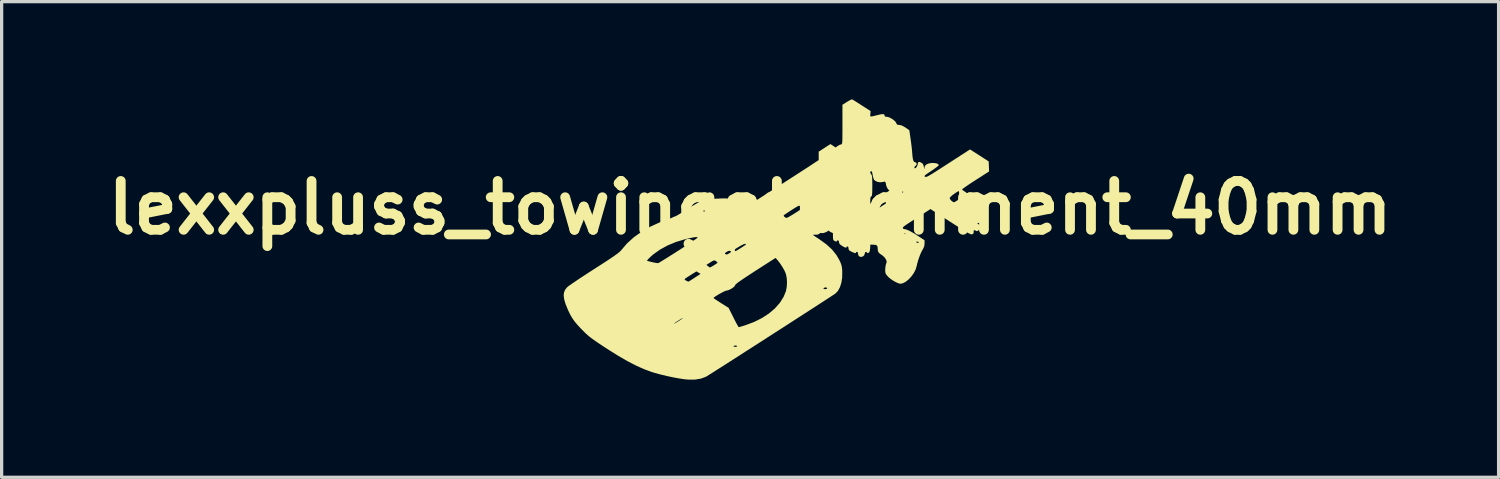
<source format=kicad_pcb>
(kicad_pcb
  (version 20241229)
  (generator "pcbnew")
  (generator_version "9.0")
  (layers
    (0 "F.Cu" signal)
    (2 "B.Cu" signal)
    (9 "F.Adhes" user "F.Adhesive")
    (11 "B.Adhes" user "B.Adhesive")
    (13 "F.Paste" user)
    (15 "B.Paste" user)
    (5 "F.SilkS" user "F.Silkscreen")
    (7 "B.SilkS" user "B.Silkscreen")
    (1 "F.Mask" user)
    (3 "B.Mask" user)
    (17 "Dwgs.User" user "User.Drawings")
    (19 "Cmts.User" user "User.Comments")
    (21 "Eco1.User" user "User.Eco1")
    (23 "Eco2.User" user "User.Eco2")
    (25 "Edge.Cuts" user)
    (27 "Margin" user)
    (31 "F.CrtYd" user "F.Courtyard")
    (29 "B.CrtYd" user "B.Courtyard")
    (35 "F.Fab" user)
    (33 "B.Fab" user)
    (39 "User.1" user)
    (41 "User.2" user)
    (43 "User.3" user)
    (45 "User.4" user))
  (footprint "lexxpluss_towingattachment_40mm"
    (layer "F.Cu")
    (at 19.979 3.327)
    (property "Reference" "lexxpluss_towingattachment_40mm" (at 0 0 0) (layer "F.SilkS") (effects (font (size 1.5 1.5) (thickness 0.3))))
    (attr board_only exclude_from_pos_files exclude_from_bom)
    (fp_poly (pts (xy 3.134 -3.326) (xy 3.158 -3.312) (xy 3.212 -3.279) (xy 3.286 -3.232) (xy 3.376 -3.174) (xy 3.427 -3.141) (xy 3.698 -2.967) (xy 3.691 -2.879) (xy 3.688 -2.84) (xy 3.689 -2.814) (xy 3.701 -2.802) (xy 3.73 -2.802) (xy 3.785 -2.813) (xy 3.87 -2.834) (xy 3.92 -2.846) (xy 4.015 -2.868) (xy 4.077 -2.874) (xy 4.112 -2.867) (xy 4.125 -2.844) (xy 4.126 -2.834) (xy 4.135 -2.804) (xy 4.168 -2.793) (xy 4.194 -2.792) (xy 4.256 -2.779) (xy 4.33 -2.744) (xy 4.401 -2.697) (xy 4.458 -2.645) (xy 4.488 -2.597) (xy 4.488 -2.595) (xy 4.505 -2.559) (xy 4.538 -2.544) (xy 4.575 -2.542) (xy 4.645 -2.529) (xy 4.729 -2.486) (xy 4.768 -2.461) (xy 4.887 -2.38) (xy 4.926 -2.112) (xy 4.942 -1.997) (xy 4.956 -1.885) (xy 4.967 -1.787) (xy 4.973 -1.719) (xy 4.983 -1.591) (xy 4.996 -1.499) (xy 5.013 -1.44) (xy 5.036 -1.408) (xy 5.057 -1.4) (xy 5.102 -1.379) (xy 5.117 -1.342) (xy 5.097 -1.304) (xy 5.086 -1.295) (xy 5.054 -1.263) (xy 5.042 -1.23) (xy 5.053 -1.21) (xy 5.062 -1.209) (xy 5.091 -1.226) (xy 5.121 -1.268) (xy 5.142 -1.319) (xy 5.147 -1.347) (xy 5.157 -1.394) (xy 5.189 -1.407) (xy 5.246 -1.388) (xy 5.25 -1.386) (xy 5.288 -1.361) (xy 5.313 -1.327) (xy 5.33 -1.273) (xy 5.341 -1.209) (xy 5.347 -1.181) (xy 5.35 -1.192) (xy 5.352 -1.224) (xy 5.364 -1.28) (xy 5.403 -1.321) (xy 5.423 -1.334) (xy 5.485 -1.359) (xy 5.56 -1.372) (xy 5.639 -1.373) (xy 5.711 -1.364) (xy 5.765 -1.345) (xy 5.791 -1.316) (xy 5.792 -1.308) (xy 5.775 -1.287) (xy 5.73 -1.249) (xy 5.662 -1.199) (xy 5.579 -1.141) (xy 5.558 -1.127) (xy 5.465 -1.065) (xy 5.402 -1.021) (xy 5.366 -0.991) (xy 5.353 -0.972) (xy 5.357 -0.96) (xy 5.37 -0.952) (xy 5.382 -0.948) (xy 5.395 -0.946) (xy 5.412 -0.948) (xy 5.436 -0.957) (xy 5.47 -0.973) (xy 5.517 -1) (xy 5.58 -1.037) (xy 5.662 -1.088) (xy 5.766 -1.154) (xy 5.895 -1.237) (xy 6.053 -1.339) (xy 6.241 -1.46) (xy 6.308 -1.504) (xy 6.751 -1.79) (xy 7.038 -1.606) (xy 7.324 -1.421) (xy 7.33 -1.267) (xy 7.336 -1.113) (xy 6.918 -0.845) (xy 6.801 -0.77) (xy 6.697 -0.701) (xy 6.611 -0.641) (xy 6.548 -0.596) (xy 6.512 -0.566) (xy 6.506 -0.558) (xy 6.525 -0.541) (xy 6.573 -0.506) (xy 6.647 -0.455) (xy 6.739 -0.393) (xy 6.846 -0.324) (xy 6.877 -0.304) (xy 7.241 -0.069) (xy 7.247 0.061) (xy 7.245 0.163) (xy 7.223 0.236) (xy 7.177 0.291) (xy 7.127 0.326) (xy 7.078 0.369) (xy 7.064 0.408) (xy 7.046 0.451) (xy 7.017 0.466) (xy 6.97 0.478) (xy 7.017 0.511) (xy 7.057 0.561) (xy 7.063 0.62) (xy 7.035 0.676) (xy 7.009 0.698) (xy 6.963 0.72) (xy 6.933 0.711) (xy 6.932 0.71) (xy 6.894 0.687) (xy 6.867 0.696) (xy 6.862 0.733) (xy 6.863 0.736) (xy 6.862 0.78) (xy 6.828 0.811) (xy 6.826 0.812) (xy 6.811 0.817) (xy 6.792 0.818) (xy 6.766 0.811) (xy 6.729 0.794) (xy 6.677 0.766) (xy 6.607 0.725) (xy 6.515 0.668) (xy 6.397 0.594) (xy 6.25 0.5) (xy 6.156 0.44) (xy 5.536 0.041) (xy 5.482 0.077) (xy 5.447 0.099) (xy 5.384 0.14) (xy 5.3 0.194) (xy 5.201 0.258) (xy 5.105 0.319) (xy 4.962 0.411) (xy 4.851 0.483) (xy 4.769 0.538) (xy 4.716 0.579) (xy 4.687 0.608) (xy 4.68 0.628) (xy 4.694 0.642) (xy 4.725 0.653) (xy 4.77 0.664) (xy 4.794 0.669) (xy 4.849 0.69) (xy 4.93 0.73) (xy 5.026 0.785) (xy 5.12 0.845) (xy 5.355 0.999) (xy 5.355 1.097) (xy 5.345 1.183) (xy 5.309 1.265) (xy 5.294 1.29) (xy 5.25 1.372) (xy 5.205 1.48) (xy 5.163 1.599) (xy 5.13 1.713) (xy 5.115 1.78) (xy 5.083 1.892) (xy 5.026 2.005) (xy 4.95 2.111) (xy 4.863 2.204) (xy 4.771 2.277) (xy 4.679 2.322) (xy 4.612 2.334) (xy 4.554 2.321) (xy 4.477 2.287) (xy 4.391 2.239) (xy 4.309 2.183) (xy 4.242 2.125) (xy 4.232 2.115) (xy 4.184 2.059) (xy 4.158 2.015) (xy 4.149 1.965) (xy 4.147 1.902) (xy 4.153 1.823) (xy 4.165 1.751) (xy 4.176 1.719) (xy 4.191 1.672) (xy 4.187 1.63) (xy 4.165 1.58) (xy 4.121 1.518) (xy 4.062 1.465) (xy 4.053 1.459) (xy 3.981 1.41) (xy 3.94 1.368) (xy 3.921 1.32) (xy 3.917 1.26) (xy 3.912 1.195) (xy 3.891 1.158) (xy 3.844 1.14) (xy 3.778 1.135) (xy 3.69 1.132) (xy 3.684 1.246) (xy 3.675 1.321) (xy 3.658 1.365) (xy 3.639 1.383) (xy 3.605 1.396) (xy 3.59 1.38) (xy 3.567 1.355) (xy 3.54 1.361) (xy 3.522 1.393) (xy 3.521 1.406) (xy 3.502 1.461) (xy 3.468 1.492) (xy 3.408 1.513) (xy 3.355 1.498) (xy 3.32 1.455) (xy 3.313 1.413) (xy 3.303 1.366) (xy 3.282 1.354) (xy 3.254 1.366) (xy 3.251 1.375) (xy 3.242 1.393) (xy 3.211 1.391) (xy 3.153 1.37) (xy 3.115 1.352) (xy 3.057 1.321) (xy 3.029 1.292) (xy 3.021 1.254) (xy 3.021 1.248) (xy 3.012 1.2) (xy 2.99 1.188) (xy 2.962 1.199) (xy 2.959 1.209) (xy 2.95 1.227) (xy 2.919 1.222) (xy 2.862 1.195) (xy 2.824 1.172) (xy 2.766 1.132) (xy 2.737 1.097) (xy 2.73 1.058) (xy 2.726 1.045) (xy 5.095 1.045) (xy 5.096 1.056) (xy 5.105 1.063) (xy 5.147 1.082) (xy 5.173 1.07) (xy 5.178 1.063) (xy 5.17 1.048) (xy 5.132 1.042) (xy 5.095 1.045) (xy 2.726 1.045) (xy 2.719 1.016) (xy 2.695 0.999) (xy 2.67 1.011) (xy 2.662 1.026) (xy 2.647 1.041) (xy 2.613 1.031) (xy 2.598 1.023) (xy 2.572 1.007) (xy 2.555 0.987) (xy 2.547 0.955) (xy 2.543 0.9) (xy 2.542 0.813) (xy 2.542 0.806) (xy 4.722 0.806) (xy 4.751 0.809) (xy 4.78 0.806) (xy 4.777 0.799) (xy 4.734 0.796) (xy 4.725 0.799) (xy 4.722 0.806) (xy 2.542 0.806) (xy 2.542 0.799) (xy 2.542 0.605) (xy 2.447 0.677) (xy 2.342 0.745) (xy 2.25 0.778) (xy 2.164 0.778) (xy 2.117 0.763) (xy 2.064 0.743) (xy 2.029 0.743) (xy 1.992 0.763) (xy 1.977 0.773) (xy 1.937 0.803) (xy 1.917 0.823) (xy 1.917 0.825) (xy 1.933 0.839) (xy 1.978 0.871) (xy 2.045 0.916) (xy 2.126 0.969) (xy 2.131 0.972) (xy 2.342 1.125) (xy 2.515 1.284) (xy 2.65 1.453) (xy 2.73 1.59) (xy 2.773 1.68) (xy 2.8 1.751) (xy 2.816 1.819) (xy 2.825 1.9) (xy 2.828 1.963) (xy 2.826 2.14) (xy 2.801 2.302) (xy 2.756 2.443) (xy 2.693 2.557) (xy 2.62 2.633) (xy 2.592 2.653) (xy 2.531 2.693) (xy 2.441 2.752) (xy 2.324 2.828) (xy 2.183 2.919) (xy 2.022 3.024) (xy 1.842 3.14) (xy 1.647 3.266) (xy 1.439 3.4) (xy 1.221 3.541) (xy 0.996 3.686) (xy 0.766 3.833) (xy 0.535 3.982) (xy 0.305 4.13) (xy 0.079 4.275) (xy -0.14 4.415) (xy -0.349 4.55) (xy -0.547 4.676) (xy -0.729 4.793) (xy -0.894 4.898) (xy -1.038 4.989) (xy -1.158 5.066) (xy -1.253 5.125) (xy -1.318 5.166) (xy -1.352 5.187) (xy -1.355 5.188) (xy -1.508 5.246) (xy -1.689 5.276) (xy -1.893 5.277) (xy -1.99 5.269) (xy -2.159 5.245) (xy -2.352 5.21) (xy -2.554 5.167) (xy -2.751 5.12) (xy -2.93 5.071) (xy -3.027 5.041) (xy -3.26 4.955) (xy -3.505 4.845) (xy -3.766 4.71) (xy -4.048 4.547) (xy -4.322 4.376) (xy -4.492 4.266) (xy -4.514 4.251) (xy -0.511 4.251) (xy -0.502 4.265) (xy -0.462 4.272) (xy -0.46 4.272) (xy -0.415 4.266) (xy -0.396 4.251) (xy -0.396 4.251) (xy -0.414 4.235) (xy -0.447 4.23) (xy -0.491 4.238) (xy -0.511 4.251) (xy -4.514 4.251) (xy -4.631 4.174) (xy -4.745 4.096) (xy -4.84 4.029) (xy -4.92 3.969) (xy -4.99 3.91) (xy -5.056 3.851) (xy -5.122 3.785) (xy -5.189 3.717) (xy -5.3 3.598) (xy -5.333 3.559) (xy -2.332 3.559) (xy -2.319 3.555) (xy -2.281 3.533) (xy -2.215 3.492) (xy -2.172 3.465) (xy -2.115 3.427) (xy -2.076 3.398) (xy -2.063 3.385) (xy -2.078 3.389) (xy -2.118 3.411) (xy -2.172 3.444) (xy -2.23 3.481) (xy -2.282 3.515) (xy -2.317 3.542) (xy -2.323 3.548) (xy -2.332 3.559) (xy -5.333 3.559) (xy -5.386 3.495) (xy -5.456 3.396) (xy -5.518 3.292) (xy -5.578 3.169) (xy -5.596 3.128) (xy -5.665 2.96) (xy -5.707 2.82) (xy -5.714 2.771) (xy -1.124 2.771) (xy -1.107 2.786) (xy -1.062 2.817) (xy -0.995 2.862) (xy -0.911 2.916) (xy -0.893 2.928) (xy -0.661 3.073) (xy -0.513 3.37) (xy -0.462 3.471) (xy -0.417 3.557) (xy -0.38 3.622) (xy -0.357 3.66) (xy -0.35 3.667) (xy -0.324 3.661) (xy -0.268 3.645) (xy -0.191 3.621) (xy -0.13 3.602) (xy 0.13 3.504) (xy 0.368 3.384) (xy 0.579 3.246) (xy 0.761 3.091) (xy 0.911 2.922) (xy 1.025 2.742) (xy 1.099 2.563) (xy 1.115 2.482) (xy 2.25 2.482) (xy 2.267 2.496) (xy 2.305 2.5) (xy 2.344 2.494) (xy 2.364 2.482) (xy 2.358 2.46) (xy 2.344 2.451) (xy 2.301 2.447) (xy 2.264 2.461) (xy 2.25 2.482) (xy 1.115 2.482) (xy 1.123 2.44) (xy 1.132 2.299) (xy 1.124 2.16) (xy 1.1 2.039) (xy 1.096 2.028) (xy 1.054 1.93) (xy 0.991 1.818) (xy 0.916 1.705) (xy 0.841 1.609) (xy 0.781 1.541) (xy 0.161 1.939) (xy -0.022 2.058) (xy -0.171 2.156) (xy -0.287 2.235) (xy -0.372 2.295) (xy -0.427 2.339) (xy -0.455 2.367) (xy -0.458 2.375) (xy -0.476 2.409) (xy -0.521 2.45) (xy -0.582 2.491) (xy -0.647 2.523) (xy -0.704 2.541) (xy -0.719 2.542) (xy -0.754 2.552) (xy -0.812 2.578) (xy -0.883 2.614) (xy -0.959 2.657) (xy -1.03 2.699) (xy -1.086 2.736) (xy -1.119 2.763) (xy -1.124 2.771) (xy -5.714 2.771) (xy -5.724 2.702) (xy -5.715 2.604) (xy -5.679 2.518) (xy -5.618 2.442) (xy -5.611 2.435) (xy -5.577 2.408) (xy -5.511 2.361) (xy -5.419 2.298) (xy -5.304 2.22) (xy -5.273 2.199) (xy -2.01 2.199) (xy -2.005 2.213) (xy -1.985 2.227) (xy -1.968 2.236) (xy -1.923 2.259) (xy -1.897 2.269) (xy -1.896 2.27) (xy -1.875 2.259) (xy -1.828 2.23) (xy -1.761 2.187) (xy -1.704 2.15) (xy -1.521 2.03) (xy -1.585 1.993) (xy -1.648 1.955) (xy -1.798 2.049) (xy -1.894 2.11) (xy -1.959 2.152) (xy -1.996 2.18) (xy -2.01 2.199) (xy -5.273 2.199) (xy -5.17 2.131) (xy -5.022 2.034) (xy -4.863 1.931) (xy -4.777 1.876) (xy -4.589 1.755) (xy -1.342 1.755) (xy -1.294 1.794) (xy -1.256 1.822) (xy -1.233 1.834) (xy -1.21 1.824) (xy -1.163 1.798) (xy -1.111 1.767) (xy -1.053 1.73) (xy -1.013 1.7) (xy -1 1.686) (xy -1.016 1.666) (xy -1.052 1.638) (xy -1.082 1.621) (xy -1.109 1.618) (xy -1.144 1.631) (xy -1.199 1.664) (xy -1.223 1.679) (xy -1.342 1.755) (xy -4.589 1.755) (xy -4.587 1.754) (xy -4.429 1.651) (xy -4.387 1.624) (xy -3.167 1.624) (xy -3.149 1.634) (xy -3.1 1.648) (xy -3.034 1.665) (xy -2.961 1.681) (xy -2.893 1.694) (xy -2.841 1.701) (xy -2.821 1.701) (xy -2.799 1.69) (xy -2.746 1.658) (xy -2.666 1.609) (xy -2.564 1.546) (xy -2.444 1.47) (xy -2.358 1.416) (xy -0.772 1.416) (xy -0.768 1.419) (xy -0.734 1.435) (xy -0.699 1.431) (xy -0.648 1.404) (xy -0.644 1.402) (xy -0.597 1.369) (xy -0.587 1.346) (xy -0.613 1.327) (xy -0.617 1.325) (xy -0.652 1.325) (xy -0.697 1.342) (xy -0.739 1.367) (xy -0.768 1.394) (xy -0.772 1.416) (xy -2.358 1.416) (xy -2.311 1.386) (xy -2.213 1.323) (xy -2.169 1.295) (xy -0.471 1.295) (xy -0.465 1.324) (xy -0.447 1.334) (xy -0.427 1.323) (xy -0.38 1.295) (xy -0.314 1.254) (xy -0.266 1.224) (xy -0.188 1.173) (xy -0.142 1.139) (xy -0.125 1.119) (xy -0.134 1.11) (xy -0.141 1.108) (xy -0.189 1.117) (xy -0.268 1.154) (xy -0.376 1.217) (xy -0.456 1.268) (xy -0.471 1.295) (xy -2.169 1.295) (xy -2.073 1.233) (xy -1.944 1.148) (xy -1.83 1.073) (xy -1.737 1.01) (xy -1.667 0.961) (xy -1.626 0.93) (xy -1.616 0.92) (xy -1.623 0.904) (xy -1.662 0.901) (xy -1.736 0.91) (xy -1.845 0.932) (xy -1.993 0.967) (xy -2.008 0.971) (xy -2.278 1.052) (xy -2.533 1.158) (xy -2.765 1.285) (xy -2.967 1.428) (xy -3.043 1.494) (xy -3.101 1.549) (xy -3.144 1.594) (xy -3.166 1.621) (xy -3.167 1.624) (xy -4.387 1.624) (xy -4.299 1.566) (xy -4.196 1.496) (xy -4.115 1.439) (xy -4.053 1.393) (xy -4.007 1.355) (xy -3.974 1.323) (xy -3.95 1.295) (xy -3.95 1.295) (xy -3.78 1.097) (xy -3.574 0.91) (xy -3.335 0.739) (xy -3.07 0.585) (xy -2.782 0.453) (xy -2.605 0.386) (xy -2.514 0.354) (xy -2.438 0.324) (xy -2.386 0.302) (xy -2.366 0.291) (xy -2.329 0.273) (xy -2.314 0.271) (xy -2.286 0.26) (xy -2.276 0.255) (xy 1.032 0.255) (xy 1.057 0.283) (xy 1.095 0.306) (xy 1.123 0.312) (xy 1.15 0.301) (xy 1.204 0.272) (xy 1.281 0.227) (xy 1.372 0.17) (xy 1.433 0.131) (xy 1.526 0.07) (xy 1.604 0.017) (xy 1.66 -0.025) (xy 1.69 -0.051) (xy 1.692 -0.058) (xy 1.66 -0.053) (xy 1.618 -0.031) (xy 1.58 -0.01) (xy 1.557 -0.015) (xy 1.538 -0.039) (xy 1.524 -0.055) (xy 1.508 -0.061) (xy 1.482 -0.055) (xy 1.44 -0.033) (xy 1.376 0.005) (xy 1.283 0.064) (xy 1.281 0.066) (xy 1.193 0.123) (xy 1.118 0.172) (xy 1.063 0.209) (xy 1.034 0.23) (xy 1.033 0.231) (xy 1.032 0.255) (xy -2.276 0.255) (xy -2.23 0.23) (xy -2.152 0.184) (xy -2.058 0.127) (xy -2.01 0.096) (xy -1.438 0.096) (xy -1.428 0.114) (xy -1.39 0.124) (xy -1.375 0.125) (xy -1.331 0.12) (xy -1.313 0.107) (xy -1.313 0.107) (xy -1.33 0.087) (xy -1.37 0.075) (xy -1.411 0.078) (xy -1.412 0.078) (xy -1.438 0.096) (xy -2.01 0.096) (xy -1.969 0.07) (xy -1.861 0.001) (xy -1.758 -0.062) (xy -1.669 -0.115) (xy -1.601 -0.154) (xy -1.568 -0.171) (xy -1.431 -0.218) (xy -1.261 -0.253) (xy -1.065 -0.276) (xy -0.851 -0.286) (xy -0.627 -0.284) (xy -0.398 -0.268) (xy -0.173 -0.24) (xy -0.044 -0.217) (xy 0.124 -0.183) (xy 0.144 -0.196) (xy 3.688 -0.196) (xy 3.689 -0.12) (xy 3.697 -0.072) (xy 3.716 -0.037) (xy 3.752 -0.001) (xy 3.766 0.012) (xy 3.799 0.041) (xy 3.824 0.06) (xy 3.848 0.065) (xy 3.879 0.055) (xy 3.926 0.029) (xy 3.995 -0.017) (xy 4.058 -0.059) (xy 4.167 -0.131) (xy 4.167 -0.292) (xy 4.167 -0.293) (xy 6.126 -0.293) (xy 6.142 -0.257) (xy 6.179 -0.215) (xy 6.223 -0.181) (xy 6.257 -0.167) (xy 6.283 -0.177) (xy 6.328 -0.203) (xy 6.345 -0.214) (xy 6.384 -0.242) (xy 6.406 -0.269) (xy 6.414 -0.302) (xy 6.584 -0.302) (xy 6.595 -0.292) (xy 6.605 -0.302) (xy 6.595 -0.313) (xy 6.584 -0.302) (xy 6.414 -0.302) (xy 6.415 -0.31) (xy 6.417 -0.377) (xy 6.417 -0.392) (xy 6.416 -0.465) (xy 6.409 -0.503) (xy 6.395 -0.51) (xy 6.392 -0.508) (xy 6.296 -0.448) (xy 6.216 -0.391) (xy 6.159 -0.341) (xy 6.129 -0.303) (xy 6.126 -0.293) (xy 4.167 -0.293) (xy 4.168 -0.375) (xy 4.173 -0.426) (xy 4.185 -0.458) (xy 4.207 -0.479) (xy 4.667 -0.479) (xy 4.675 -0.459) (xy 4.677 -0.458) (xy 4.694 -0.473) (xy 4.699 -0.479) (xy 4.697 -0.498) (xy 4.689 -0.5) (xy 4.668 -0.485) (xy 4.667 -0.479) (xy 4.207 -0.479) (xy 4.207 -0.479) (xy 4.221 -0.489) (xy 4.275 -0.524) (xy 4.232 -0.571) (xy 4.198 -0.624) (xy 4.176 -0.689) (xy 4.176 -0.689) (xy 4.163 -0.756) (xy 4.15 -0.791) (xy 4.128 -0.801) (xy 4.09 -0.794) (xy 4.075 -0.79) (xy 3.993 -0.781) (xy 3.909 -0.794) (xy 3.839 -0.826) (xy 3.804 -0.86) (xy 3.784 -0.908) (xy 3.766 -0.977) (xy 3.76 -1.016) (xy 3.745 -1.089) (xy 3.724 -1.123) (xy 3.717 -1.125) (xy 3.693 -1.11) (xy 3.69 -1.074) (xy 3.706 -1.035) (xy 3.719 -1.021) (xy 3.732 -1.003) (xy 3.741 -0.969) (xy 3.746 -0.914) (xy 3.749 -0.83) (xy 3.751 -0.713) (xy 3.751 -0.677) (xy 3.75 -0.552) (xy 3.748 -0.463) (xy 3.743 -0.403) (xy 3.736 -0.368) (xy 3.725 -0.35) (xy 3.719 -0.347) (xy 3.701 -0.328) (xy 3.691 -0.284) (xy 3.688 -0.206) (xy 3.688 -0.196) (xy 0.144 -0.196) (xy 0.88 -0.668) (xy 1.05 -0.777) (xy 1.219 -0.886) (xy 1.38 -0.99) (xy 1.529 -1.086) (xy 1.66 -1.171) (xy 1.769 -1.241) (xy 1.849 -1.294) (xy 1.87 -1.308) (xy 2.105 -1.463) (xy 2.105 -1.592) (xy 2.105 -1.721) (xy 2.285 -1.838) (xy 2.466 -1.954) (xy 2.545 -1.902) (xy 2.623 -1.85) (xy 2.687 -1.895) (xy 2.74 -1.926) (xy 2.788 -1.943) (xy 2.792 -1.944) (xy 2.804 -1.946) (xy 2.813 -1.953) (xy 2.821 -1.97) (xy 2.826 -2.002) (xy 2.83 -2.052) (xy 2.832 -2.125) (xy 2.833 -2.226) (xy 2.834 -2.359) (xy 2.834 -2.529) (xy 2.834 -2.553) (xy 2.834 -3.16) (xy 2.972 -3.248) (xy 3.04 -3.288) (xy 3.096 -3.316) (xy 3.13 -3.327)) (stroke (width 0) (type solid)) (fill yes) (layer "F.SilkS")))
  (gr_rect
    (start -3 -3)
    (end 42.957 11.604)
    (stroke (width 0.1) (type default))
    (fill no)
    (layer "Edge.Cuts")))
</source>
